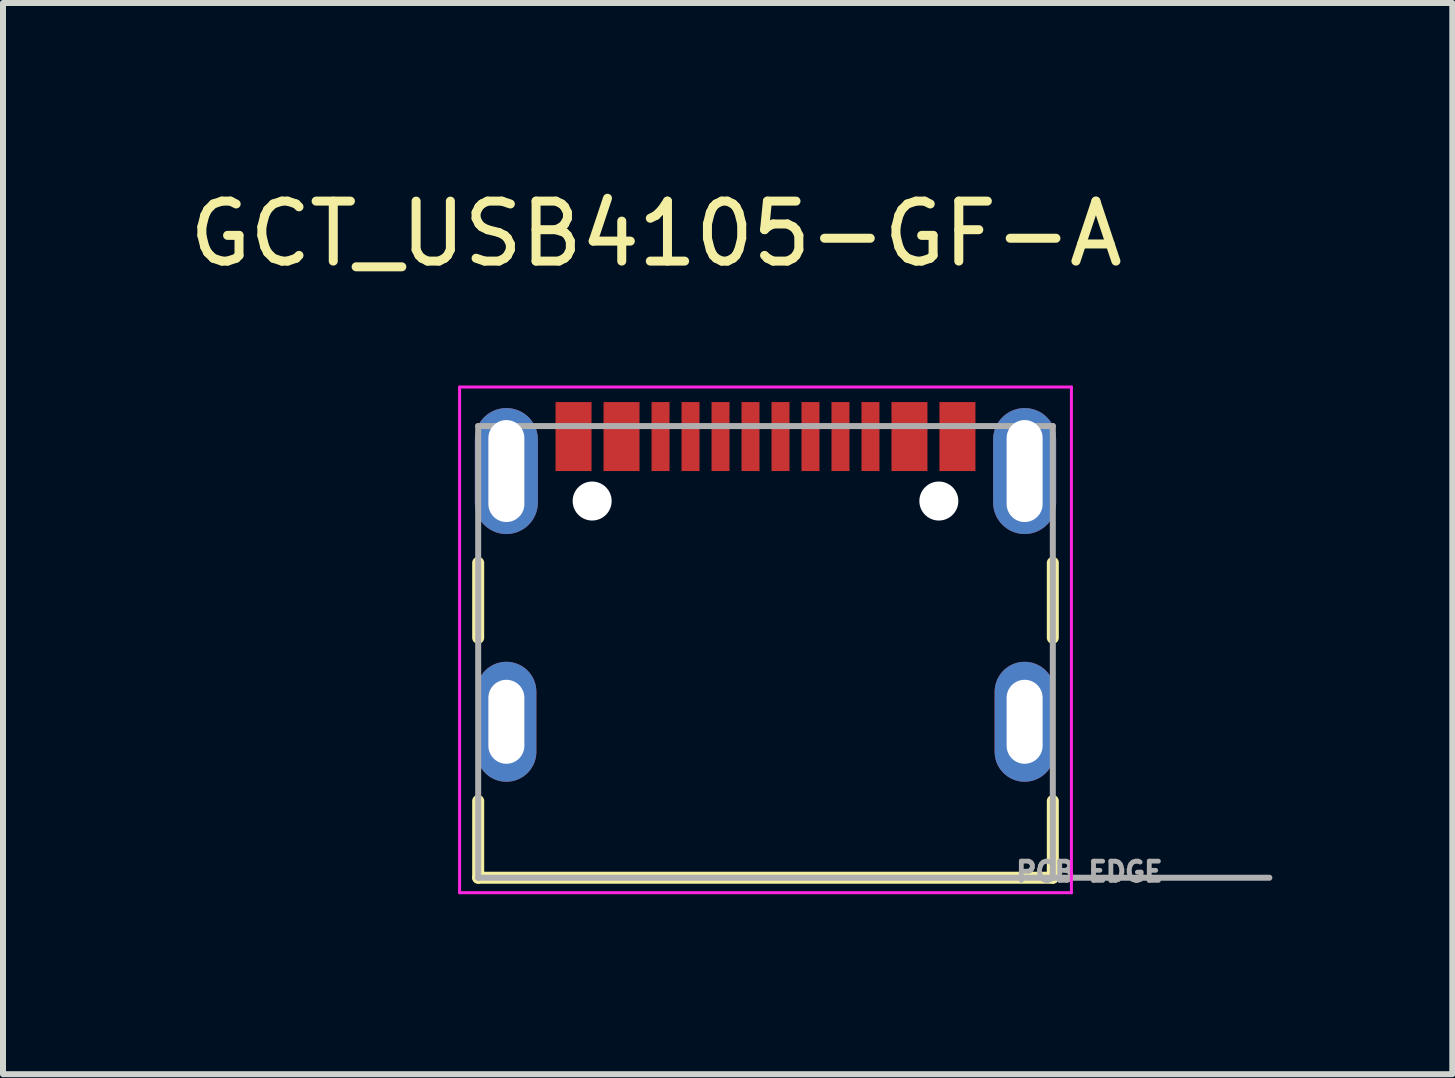
<source format=kicad_pcb>
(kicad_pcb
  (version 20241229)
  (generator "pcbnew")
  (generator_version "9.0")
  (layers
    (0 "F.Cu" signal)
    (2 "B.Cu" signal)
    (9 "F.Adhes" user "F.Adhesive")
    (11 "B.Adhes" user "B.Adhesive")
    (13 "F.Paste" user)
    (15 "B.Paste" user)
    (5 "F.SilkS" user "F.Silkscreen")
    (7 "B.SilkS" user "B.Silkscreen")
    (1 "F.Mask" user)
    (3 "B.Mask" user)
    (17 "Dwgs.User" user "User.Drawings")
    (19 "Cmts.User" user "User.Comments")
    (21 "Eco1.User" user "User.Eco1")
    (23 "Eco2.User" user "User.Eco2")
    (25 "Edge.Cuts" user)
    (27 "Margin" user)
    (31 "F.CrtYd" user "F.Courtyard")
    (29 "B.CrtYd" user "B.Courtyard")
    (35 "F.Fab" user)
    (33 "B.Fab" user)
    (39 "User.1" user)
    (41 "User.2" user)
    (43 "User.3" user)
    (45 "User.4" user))
  (footprint "GCT_USB4105-GF-A"
    (layer "F.Cu")
    (at 9.712 8.983)
    (property "Reference" "GCT_USB4105-GF-A" (at -1.825 -8.135 0) (layer "F.SilkS") (effects (font (size 1 1) (thickness 0.15))))
    (attr through_hole)
    (fp_line (start -4.79 -2.65) (end -4.79 -1.4) (stroke (width 0.2) (type solid)) (layer "F.SilkS"))
    (fp_line (start -4.79 1.32) (end -4.79 2.6) (stroke (width 0.2) (type solid)) (layer "F.SilkS"))
    (fp_line (start -4.79 2.6) (end 4.79 2.6) (stroke (width 0.2) (type solid)) (layer "F.SilkS"))
    (fp_line (start 4.79 -2.65) (end 4.79 -1.4) (stroke (width 0.2) (type solid)) (layer "F.SilkS"))
    (fp_line (start 4.79 2.6) (end 4.79 1.32) (stroke (width 0.2) (type solid)) (layer "F.SilkS"))
    (fp_line (start -5.1 -5.58) (end -5.1 2.85) (stroke (width 0.05) (type solid)) (layer "F.CrtYd"))
    (fp_line (start -5.1 2.85) (end 5.1 2.85) (stroke (width 0.05) (type solid)) (layer "F.CrtYd"))
    (fp_line (start 5.1 -5.58) (end -5.1 -5.58) (stroke (width 0.05) (type solid)) (layer "F.CrtYd"))
    (fp_line (start 5.1 2.85) (end 5.1 -5.58) (stroke (width 0.05) (type solid)) (layer "F.CrtYd"))
    (fp_line (start -4.79 -4.93) (end 4.79 -4.93) (stroke (width 0.1) (type solid)) (layer "F.Fab"))
    (fp_line (start -4.79 2.6) (end -4.79 -4.93) (stroke (width 0.1) (type solid)) (layer "F.Fab"))
    (fp_line (start 4.79 -4.93) (end 4.79 2.6) (stroke (width 0.1) (type solid)) (layer "F.Fab"))
    (fp_line (start 4.79 2.6) (end -4.79 2.6) (stroke (width 0.1) (type solid)) (layer "F.Fab"))
    (fp_line (start 4.8 2.6) (end 8.4 2.6) (stroke (width 0.1) (type solid)) (layer "F.Fab"))
    (fp_text user "PCB EDGE" (at 5.4 2.5 0) (layer "F.Fab") (effects (font (size 0.32 0.32) (thickness 0.15))))
    (pad "" np_thru_hole circle (at -2.89 -3.68) (size 0.65 0.65) (drill 0.65) (layers "*.Cu" "*.Mask"))
    (pad "" np_thru_hole circle (at 2.89 -3.68) (size 0.65 0.65) (drill 0.65) (layers "*.Cu" "*.Mask"))
    (pad "A1" smd rect (at -3.2 -4.755) (size 0.6 1.15) (layers "F.Cu" "F.Mask" "F.Paste"))
    (pad "A4" smd rect (at -2.4 -4.755) (size 0.6 1.15) (layers "F.Cu" "F.Mask" "F.Paste"))
    (pad "A5" smd rect (at -1.25 -4.755) (size 0.3 1.15) (layers "F.Cu" "F.Mask" "F.Paste"))
    (pad "A6" smd rect (at -0.25 -4.755) (size 0.3 1.15) (layers "F.Cu" "F.Mask" "F.Paste"))
    (pad "A7" smd rect (at 0.25 -4.755) (size 0.3 1.15) (layers "F.Cu" "F.Mask" "F.Paste"))
    (pad "A8" smd rect (at 1.25 -4.755) (size 0.3 1.15) (layers "F.Cu" "F.Mask" "F.Paste"))
    (pad "B1" smd rect (at 3.2 -4.755) (size 0.6 1.15) (layers "F.Cu" "F.Mask" "F.Paste"))
    (pad "B4" smd rect (at 2.4 -4.755) (size 0.6 1.15) (layers "F.Cu" "F.Mask" "F.Paste"))
    (pad "B5" smd rect (at 1.75 -4.755) (size 0.3 1.15) (layers "F.Cu" "F.Mask" "F.Paste"))
    (pad "B6" smd rect (at 0.75 -4.755) (size 0.3 1.15) (layers "F.Cu" "F.Mask" "F.Paste"))
    (pad "B7" smd rect (at -0.75 -4.755) (size 0.3 1.15) (layers "F.Cu" "F.Mask" "F.Paste"))
    (pad "B8" smd rect (at -1.75 -4.755) (size 0.3 1.15) (layers "F.Cu" "F.Mask" "F.Paste"))
    (pad "S1" thru_hole oval (at -4.32 -4.18) (size 1.05 2.1) (drill oval 0.6 1.7) (layers "*.Cu" "*.Mask"))
    (pad "S1" thru_hole oval (at -4.32 0) (size 1 2) (drill oval 0.6 1.4) (layers "*.Cu" "*.Mask"))
    (pad "S1" thru_hole oval (at 4.32 -4.18) (size 1.05 2.1) (drill oval 0.6 1.7) (layers "*.Cu" "*.Mask"))
    (pad "S1" thru_hole oval (at 4.32 0) (size 1 2) (drill oval 0.6 1.4) (layers "*.Cu" "*.Mask")))
  (gr_rect
    (start -3 -3)
    (end 21.162 14.858)
    (stroke (width 0.1) (type default))
    (fill no)
    (layer "Edge.Cuts")))
</source>
